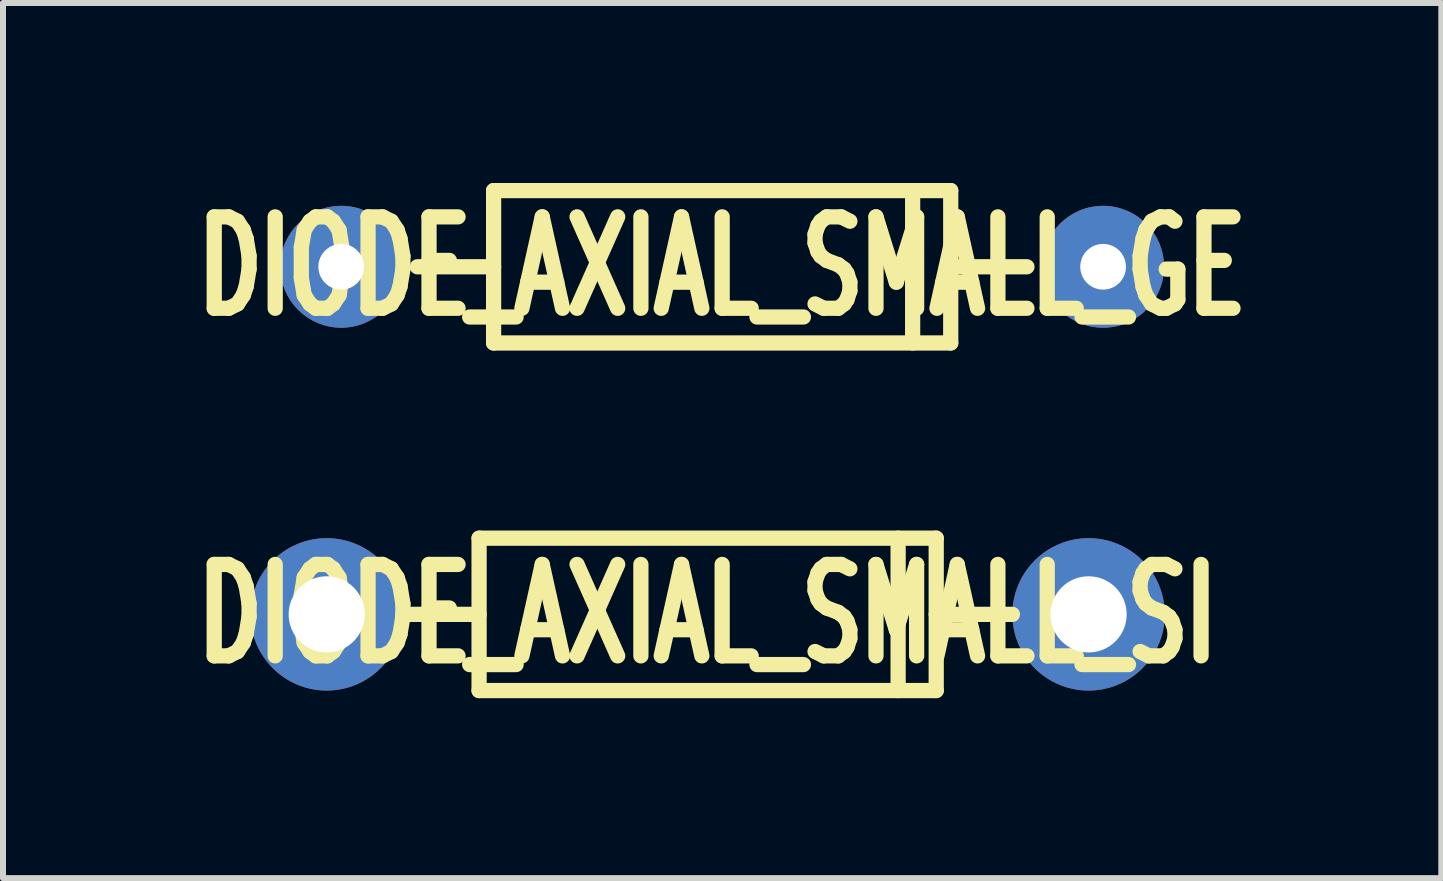
<source format=kicad_pcb>
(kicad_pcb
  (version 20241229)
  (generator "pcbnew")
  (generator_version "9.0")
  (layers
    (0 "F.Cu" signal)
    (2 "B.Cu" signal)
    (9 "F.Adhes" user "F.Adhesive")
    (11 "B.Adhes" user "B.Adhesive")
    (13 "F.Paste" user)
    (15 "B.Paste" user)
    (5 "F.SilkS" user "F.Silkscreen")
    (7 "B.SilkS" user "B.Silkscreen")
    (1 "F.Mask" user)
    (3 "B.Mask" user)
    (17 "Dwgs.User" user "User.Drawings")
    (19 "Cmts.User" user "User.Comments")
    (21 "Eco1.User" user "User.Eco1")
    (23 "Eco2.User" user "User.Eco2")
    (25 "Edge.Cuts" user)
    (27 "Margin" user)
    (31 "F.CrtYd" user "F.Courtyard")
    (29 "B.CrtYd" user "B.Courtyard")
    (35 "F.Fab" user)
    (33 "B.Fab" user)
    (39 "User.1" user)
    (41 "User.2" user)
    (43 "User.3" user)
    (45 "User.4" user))
  (footprint "DIODE_AXIAL_SMALL_GE"
    (layer "F.Cu")
    (at 8.988 1.397)
    (property "Reference" "DIODE_AXIAL_SMALL_GE" (at 0 0 0) (layer "F.SilkS") (effects (font (size 1.524 1.016) (thickness 0.254))))
    (attr through_hole)
    (fp_line (start -3.81 -1.27) (end -3.81 1.27) (stroke (width 0.254) (type solid)) (layer "F.SilkS"))
    (fp_line (start -3.81 0) (end -5.08 0) (stroke (width 0.254) (type solid)) (layer "F.SilkS"))
    (fp_line (start -3.81 1.27) (end 3.81 1.27) (stroke (width 0.254) (type solid)) (layer "F.SilkS"))
    (fp_line (start 3.175 -1.27) (end 3.175 1.27) (stroke (width 0.254) (type solid)) (layer "F.SilkS"))
    (fp_line (start 3.81 -1.27) (end -3.81 -1.27) (stroke (width 0.254) (type solid)) (layer "F.SilkS"))
    (fp_line (start 3.81 0) (end 5.08 0) (stroke (width 0.254) (type solid)) (layer "F.SilkS"))
    (fp_line (start 3.81 1.27) (end 3.81 -1.27) (stroke (width 0.254) (type solid)) (layer "F.SilkS"))
    (pad "1" thru_hole circle (at -6.35 0) (size 2.032 2.032) (drill 0.762) (layers "*.Cu" "*.Mask"))
    (pad "2" thru_hole circle (at 6.35 0) (size 2.032 2.032) (drill 0.762) (layers "*.Cu" "*.Mask")))
  (footprint "DIODE_AXIAL_SMALL_SI"
    (layer "F.Cu")
    (at 8.746 7.191)
    (property "Reference" "DIODE_AXIAL_SMALL_SI" (at 0 0 0) (layer "F.SilkS") (effects (font (size 1.524 1.016) (thickness 0.254))))
    (attr through_hole)
    (fp_line (start -3.81 -1.27) (end -3.81 1.27) (stroke (width 0.254) (type solid)) (layer "F.SilkS"))
    (fp_line (start -3.81 0) (end -5.08 0) (stroke (width 0.254) (type solid)) (layer "F.SilkS"))
    (fp_line (start -3.81 1.27) (end 3.81 1.27) (stroke (width 0.254) (type solid)) (layer "F.SilkS"))
    (fp_line (start 3.175 -1.27) (end 3.175 1.27) (stroke (width 0.254) (type solid)) (layer "F.SilkS"))
    (fp_line (start 3.81 -1.27) (end -3.81 -1.27) (stroke (width 0.254) (type solid)) (layer "F.SilkS"))
    (fp_line (start 3.81 0) (end 5.08 0) (stroke (width 0.254) (type solid)) (layer "F.SilkS"))
    (fp_line (start 3.81 1.27) (end 3.81 -1.27) (stroke (width 0.254) (type solid)) (layer "F.SilkS"))
    (pad "1" thru_hole circle (at -6.35 0) (size 2.54 2.54) (drill 1.27) (layers "*.Cu" "*.Mask"))
    (pad "2" thru_hole circle (at 6.35 0) (size 2.54 2.54) (drill 1.27) (layers "*.Cu" "*.Mask")))
  (gr_rect
    (start -3 -3)
    (end 20.976 11.588)
    (stroke (width 0.1) (type default))
    (fill no)
    (layer "Edge.Cuts")))
</source>
